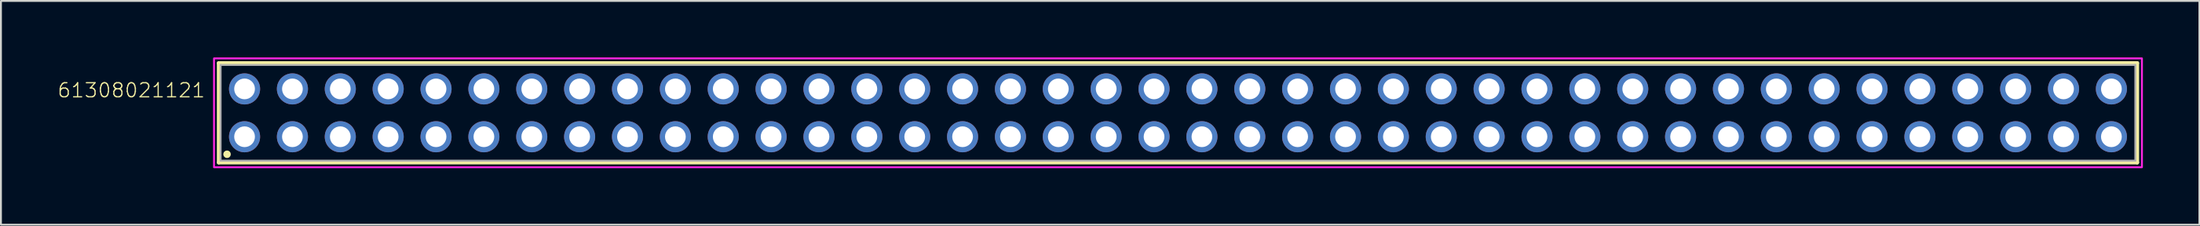
<source format=kicad_pcb>
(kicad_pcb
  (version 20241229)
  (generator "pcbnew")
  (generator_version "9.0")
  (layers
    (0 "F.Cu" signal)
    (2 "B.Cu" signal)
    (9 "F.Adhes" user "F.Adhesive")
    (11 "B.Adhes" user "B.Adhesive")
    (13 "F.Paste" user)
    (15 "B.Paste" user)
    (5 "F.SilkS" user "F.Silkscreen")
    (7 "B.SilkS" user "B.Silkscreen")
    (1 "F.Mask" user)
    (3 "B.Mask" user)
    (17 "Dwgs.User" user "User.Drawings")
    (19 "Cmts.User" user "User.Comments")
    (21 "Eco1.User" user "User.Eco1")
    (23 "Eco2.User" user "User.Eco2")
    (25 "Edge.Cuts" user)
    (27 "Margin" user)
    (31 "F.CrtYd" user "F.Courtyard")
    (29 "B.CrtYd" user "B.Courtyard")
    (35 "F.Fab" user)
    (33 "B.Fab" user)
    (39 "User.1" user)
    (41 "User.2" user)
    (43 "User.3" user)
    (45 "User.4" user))
  (footprint "61308021121"
    (layer "F.Cu")
    (at 59.457 2.94)
    (property "Reference" "61308021121" (at -51.578 -0.756 0) (unlocked yes) (layer "F.SilkS") (effects (font (size 0.748 0.748) (thickness 0.065)) (justify right bottom)))
    (fp_line (start -50.9 -2.64) (end 50.9 -2.64) (stroke (width 0.2) (type solid)) (layer "F.SilkS"))
    (fp_line (start -50.9 2.64) (end -50.9 -2.64) (stroke (width 0.2) (type solid)) (layer "F.SilkS"))
    (fp_line (start 50.9 -2.64) (end 50.9 2.64) (stroke (width 0.2) (type solid)) (layer "F.SilkS"))
    (fp_line (start 50.9 2.64) (end -50.9 2.64) (stroke (width 0.2) (type solid)) (layer "F.SilkS"))
    (fp_circle (center -50.46 2.2) (end -50.36 2.2) (stroke (width 0.2) (type solid)) (fill no) (layer "F.SilkS"))
    (fp_poly (pts (xy 51.15 2.89) (xy -51.15 2.89) (xy -51.15 -2.89) (xy 51.15 -2.89)) (stroke (width 0.1) (type default)) (fill no) (layer "F.CrtYd"))
    (fp_line (start -50.8 -2.54) (end 50.8 -2.54) (stroke (width 0.1) (type solid)) (layer "F.Fab"))
    (fp_line (start -50.8 2.54) (end -50.8 -2.54) (stroke (width 0.1) (type solid)) (layer "F.Fab"))
    (fp_line (start 50.8 -2.54) (end 50.8 2.54) (stroke (width 0.1) (type solid)) (layer "F.Fab"))
    (fp_line (start 50.8 2.54) (end -50.8 2.54) (stroke (width 0.1) (type solid)) (layer "F.Fab"))
    (pad "1" thru_hole circle (at -49.53 1.27 90) (size 1.65 1.65) (drill 1.1) (layers "*.Cu" "*.Mask"))
    (pad "2" thru_hole circle (at -49.53 -1.27 270) (size 1.65 1.65) (drill 1.1) (layers "*.Cu" "*.Mask"))
    (pad "3" thru_hole circle (at -46.99 1.27 90) (size 1.65 1.65) (drill 1.1) (layers "*.Cu" "*.Mask"))
    (pad "4" thru_hole circle (at -46.99 -1.27 270) (size 1.65 1.65) (drill 1.1) (layers "*.Cu" "*.Mask"))
    (pad "5" thru_hole circle (at -44.45 1.27 90) (size 1.65 1.65) (drill 1.1) (layers "*.Cu" "*.Mask"))
    (pad "6" thru_hole circle (at -44.45 -1.27 270) (size 1.65 1.65) (drill 1.1) (layers "*.Cu" "*.Mask"))
    (pad "7" thru_hole circle (at -41.91 1.27 90) (size 1.65 1.65) (drill 1.1) (layers "*.Cu" "*.Mask"))
    (pad "8" thru_hole circle (at -41.91 -1.27 270) (size 1.65 1.65) (drill 1.1) (layers "*.Cu" "*.Mask"))
    (pad "9" thru_hole circle (at -39.37 1.27 90) (size 1.65 1.65) (drill 1.1) (layers "*.Cu" "*.Mask"))
    (pad "10" thru_hole circle (at -39.37 -1.27 270) (size 1.65 1.65) (drill 1.1) (layers "*.Cu" "*.Mask"))
    (pad "11" thru_hole circle (at -36.83 1.27 90) (size 1.65 1.65) (drill 1.1) (layers "*.Cu" "*.Mask"))
    (pad "12" thru_hole circle (at -36.83 -1.27 270) (size 1.65 1.65) (drill 1.1) (layers "*.Cu" "*.Mask"))
    (pad "13" thru_hole circle (at -34.29 1.27 90) (size 1.65 1.65) (drill 1.1) (layers "*.Cu" "*.Mask"))
    (pad "14" thru_hole circle (at -34.29 -1.27 270) (size 1.65 1.65) (drill 1.1) (layers "*.Cu" "*.Mask"))
    (pad "15" thru_hole circle (at -31.75 1.27 90) (size 1.65 1.65) (drill 1.1) (layers "*.Cu" "*.Mask"))
    (pad "16" thru_hole circle (at -31.75 -1.27 270) (size 1.65 1.65) (drill 1.1) (layers "*.Cu" "*.Mask"))
    (pad "17" thru_hole circle (at -29.21 1.27 90) (size 1.65 1.65) (drill 1.1) (layers "*.Cu" "*.Mask"))
    (pad "18" thru_hole circle (at -29.21 -1.27 270) (size 1.65 1.65) (drill 1.1) (layers "*.Cu" "*.Mask"))
    (pad "19" thru_hole circle (at -26.67 1.27 90) (size 1.65 1.65) (drill 1.1) (layers "*.Cu" "*.Mask"))
    (pad "20" thru_hole circle (at -26.67 -1.27 270) (size 1.65 1.65) (drill 1.1) (layers "*.Cu" "*.Mask"))
    (pad "21" thru_hole circle (at -24.13 1.27 90) (size 1.65 1.65) (drill 1.1) (layers "*.Cu" "*.Mask"))
    (pad "22" thru_hole circle (at -24.13 -1.27 270) (size 1.65 1.65) (drill 1.1) (layers "*.Cu" "*.Mask"))
    (pad "23" thru_hole circle (at -21.59 1.27 90) (size 1.65 1.65) (drill 1.1) (layers "*.Cu" "*.Mask"))
    (pad "24" thru_hole circle (at -21.59 -1.27 270) (size 1.65 1.65) (drill 1.1) (layers "*.Cu" "*.Mask"))
    (pad "25" thru_hole circle (at -19.05 1.27 90) (size 1.65 1.65) (drill 1.1) (layers "*.Cu" "*.Mask"))
    (pad "26" thru_hole circle (at -19.05 -1.27 270) (size 1.65 1.65) (drill 1.1) (layers "*.Cu" "*.Mask"))
    (pad "27" thru_hole circle (at -16.51 1.27 90) (size 1.65 1.65) (drill 1.1) (layers "*.Cu" "*.Mask"))
    (pad "28" thru_hole circle (at -16.51 -1.27 270) (size 1.65 1.65) (drill 1.1) (layers "*.Cu" "*.Mask"))
    (pad "29" thru_hole circle (at -13.97 1.27 90) (size 1.65 1.65) (drill 1.1) (layers "*.Cu" "*.Mask"))
    (pad "30" thru_hole circle (at -13.97 -1.27 270) (size 1.65 1.65) (drill 1.1) (layers "*.Cu" "*.Mask"))
    (pad "31" thru_hole circle (at -11.43 1.27 90) (size 1.65 1.65) (drill 1.1) (layers "*.Cu" "*.Mask"))
    (pad "32" thru_hole circle (at -11.43 -1.27 270) (size 1.65 1.65) (drill 1.1) (layers "*.Cu" "*.Mask"))
    (pad "33" thru_hole circle (at -8.89 1.27 90) (size 1.65 1.65) (drill 1.1) (layers "*.Cu" "*.Mask"))
    (pad "34" thru_hole circle (at -8.89 -1.27 270) (size 1.65 1.65) (drill 1.1) (layers "*.Cu" "*.Mask"))
    (pad "35" thru_hole circle (at -6.35 1.27 90) (size 1.65 1.65) (drill 1.1) (layers "*.Cu" "*.Mask"))
    (pad "36" thru_hole circle (at -6.35 -1.27 270) (size 1.65 1.65) (drill 1.1) (layers "*.Cu" "*.Mask"))
    (pad "37" thru_hole circle (at -3.81 1.27 90) (size 1.65 1.65) (drill 1.1) (layers "*.Cu" "*.Mask"))
    (pad "38" thru_hole circle (at -3.81 -1.27 270) (size 1.65 1.65) (drill 1.1) (layers "*.Cu" "*.Mask"))
    (pad "39" thru_hole circle (at -1.27 1.27 90) (size 1.65 1.65) (drill 1.1) (layers "*.Cu" "*.Mask"))
    (pad "40" thru_hole circle (at -1.27 -1.27 270) (size 1.65 1.65) (drill 1.1) (layers "*.Cu" "*.Mask"))
    (pad "41" thru_hole circle (at 1.27 1.27 90) (size 1.65 1.65) (drill 1.1) (layers "*.Cu" "*.Mask"))
    (pad "42" thru_hole circle (at 1.27 -1.27 270) (size 1.65 1.65) (drill 1.1) (layers "*.Cu" "*.Mask"))
    (pad "43" thru_hole circle (at 3.81 1.27 90) (size 1.65 1.65) (drill 1.1) (layers "*.Cu" "*.Mask"))
    (pad "44" thru_hole circle (at 3.81 -1.27 270) (size 1.65 1.65) (drill 1.1) (layers "*.Cu" "*.Mask"))
    (pad "45" thru_hole circle (at 6.35 1.27 90) (size 1.65 1.65) (drill 1.1) (layers "*.Cu" "*.Mask"))
    (pad "46" thru_hole circle (at 6.35 -1.27 270) (size 1.65 1.65) (drill 1.1) (layers "*.Cu" "*.Mask"))
    (pad "47" thru_hole circle (at 8.89 1.27 90) (size 1.65 1.65) (drill 1.1) (layers "*.Cu" "*.Mask"))
    (pad "48" thru_hole circle (at 8.89 -1.27 270) (size 1.65 1.65) (drill 1.1) (layers "*.Cu" "*.Mask"))
    (pad "49" thru_hole circle (at 11.43 1.27 90) (size 1.65 1.65) (drill 1.1) (layers "*.Cu" "*.Mask"))
    (pad "50" thru_hole circle (at 11.43 -1.27 270) (size 1.65 1.65) (drill 1.1) (layers "*.Cu" "*.Mask"))
    (pad "51" thru_hole circle (at 13.97 1.27 90) (size 1.65 1.65) (drill 1.1) (layers "*.Cu" "*.Mask"))
    (pad "52" thru_hole circle (at 13.97 -1.27 270) (size 1.65 1.65) (drill 1.1) (layers "*.Cu" "*.Mask"))
    (pad "53" thru_hole circle (at 16.51 1.27 90) (size 1.65 1.65) (drill 1.1) (layers "*.Cu" "*.Mask"))
    (pad "54" thru_hole circle (at 16.51 -1.27 270) (size 1.65 1.65) (drill 1.1) (layers "*.Cu" "*.Mask"))
    (pad "55" thru_hole circle (at 19.05 1.27 90) (size 1.65 1.65) (drill 1.1) (layers "*.Cu" "*.Mask"))
    (pad "56" thru_hole circle (at 19.05 -1.27 270) (size 1.65 1.65) (drill 1.1) (layers "*.Cu" "*.Mask"))
    (pad "57" thru_hole circle (at 21.59 1.27 90) (size 1.65 1.65) (drill 1.1) (layers "*.Cu" "*.Mask"))
    (pad "58" thru_hole circle (at 21.59 -1.27 270) (size 1.65 1.65) (drill 1.1) (layers "*.Cu" "*.Mask"))
    (pad "59" thru_hole circle (at 24.13 1.27 90) (size 1.65 1.65) (drill 1.1) (layers "*.Cu" "*.Mask"))
    (pad "60" thru_hole circle (at 24.13 -1.27 270) (size 1.65 1.65) (drill 1.1) (layers "*.Cu" "*.Mask"))
    (pad "61" thru_hole circle (at 26.67 1.27 90) (size 1.65 1.65) (drill 1.1) (layers "*.Cu" "*.Mask"))
    (pad "62" thru_hole circle (at 26.67 -1.27 270) (size 1.65 1.65) (drill 1.1) (layers "*.Cu" "*.Mask"))
    (pad "63" thru_hole circle (at 29.21 1.27 90) (size 1.65 1.65) (drill 1.1) (layers "*.Cu" "*.Mask"))
    (pad "64" thru_hole circle (at 29.21 -1.27 270) (size 1.65 1.65) (drill 1.1) (layers "*.Cu" "*.Mask"))
    (pad "65" thru_hole circle (at 31.75 1.27 90) (size 1.65 1.65) (drill 1.1) (layers "*.Cu" "*.Mask"))
    (pad "66" thru_hole circle (at 31.75 -1.27 270) (size 1.65 1.65) (drill 1.1) (layers "*.Cu" "*.Mask"))
    (pad "67" thru_hole circle (at 34.29 1.27 90) (size 1.65 1.65) (drill 1.1) (layers "*.Cu" "*.Mask"))
    (pad "68" thru_hole circle (at 34.29 -1.27 270) (size 1.65 1.65) (drill 1.1) (layers "*.Cu" "*.Mask"))
    (pad "69" thru_hole circle (at 36.83 1.27 90) (size 1.65 1.65) (drill 1.1) (layers "*.Cu" "*.Mask"))
    (pad "70" thru_hole circle (at 36.83 -1.27 270) (size 1.65 1.65) (drill 1.1) (layers "*.Cu" "*.Mask"))
    (pad "71" thru_hole circle (at 39.37 1.27 90) (size 1.65 1.65) (drill 1.1) (layers "*.Cu" "*.Mask"))
    (pad "72" thru_hole circle (at 39.37 -1.27 270) (size 1.65 1.65) (drill 1.1) (layers "*.Cu" "*.Mask"))
    (pad "73" thru_hole circle (at 41.91 1.27 90) (size 1.65 1.65) (drill 1.1) (layers "*.Cu" "*.Mask"))
    (pad "74" thru_hole circle (at 41.91 -1.27 270) (size 1.65 1.65) (drill 1.1) (layers "*.Cu" "*.Mask"))
    (pad "75" thru_hole circle (at 44.45 1.27 90) (size 1.65 1.65) (drill 1.1) (layers "*.Cu" "*.Mask"))
    (pad "76" thru_hole circle (at 44.45 -1.27 270) (size 1.65 1.65) (drill 1.1) (layers "*.Cu" "*.Mask"))
    (pad "77" thru_hole circle (at 46.99 1.27 90) (size 1.65 1.65) (drill 1.1) (layers "*.Cu" "*.Mask"))
    (pad "78" thru_hole circle (at 46.99 -1.27 270) (size 1.65 1.65) (drill 1.1) (layers "*.Cu" "*.Mask"))
    (pad "79" thru_hole circle (at 49.53 1.27 90) (size 1.65 1.65) (drill 1.1) (layers "*.Cu" "*.Mask"))
    (pad "80" thru_hole circle (at 49.53 -1.27 270) (size 1.65 1.65) (drill 1.1) (layers "*.Cu" "*.Mask")))
  (gr_rect
    (start -3 -3)
    (end 113.657 8.88)
    (stroke (width 0.1) (type default))
    (fill no)
    (layer "Edge.Cuts")))
</source>
